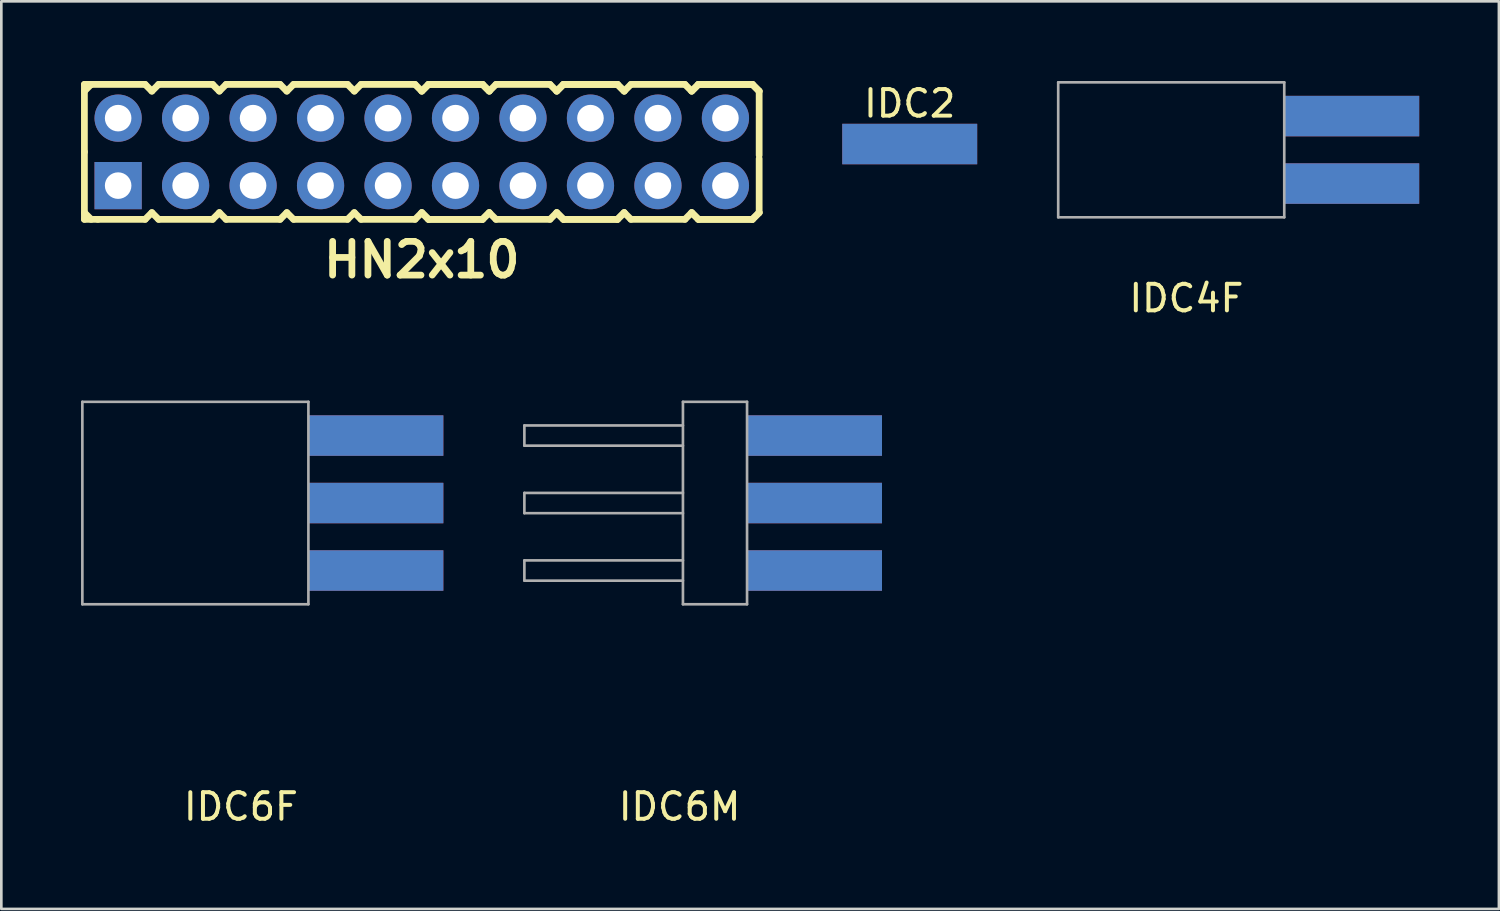
<source format=kicad_pcb>
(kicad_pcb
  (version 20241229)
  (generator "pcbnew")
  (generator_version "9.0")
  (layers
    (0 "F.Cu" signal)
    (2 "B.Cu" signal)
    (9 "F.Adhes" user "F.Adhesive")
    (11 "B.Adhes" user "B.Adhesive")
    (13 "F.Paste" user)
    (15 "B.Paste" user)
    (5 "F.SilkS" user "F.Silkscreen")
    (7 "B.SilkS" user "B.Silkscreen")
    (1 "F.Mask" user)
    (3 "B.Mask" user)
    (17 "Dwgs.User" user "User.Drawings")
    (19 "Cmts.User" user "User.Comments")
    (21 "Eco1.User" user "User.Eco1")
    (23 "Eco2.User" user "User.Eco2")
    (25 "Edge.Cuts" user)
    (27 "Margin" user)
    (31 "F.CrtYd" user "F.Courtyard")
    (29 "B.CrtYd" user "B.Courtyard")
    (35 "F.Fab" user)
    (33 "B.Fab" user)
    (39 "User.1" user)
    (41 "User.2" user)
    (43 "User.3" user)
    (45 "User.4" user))
  (footprint "IDC6F"
    (layer "F.Cu")
    (at 6.019 15.886)
    (property "Reference" "IDC6F" (at 0 11.43 0) (layer "F.SilkS") (effects (font (size 1 1) (thickness 0.15))))
    (attr smd)
    (fp_line (start -5.969 -3.81) (end -5.969 3.81) (stroke (width 0.1) (type solid)) (layer "F.Fab"))
    (fp_line (start -5.969 3.81) (end 2.54 3.81) (stroke (width 0.1) (type solid)) (layer "F.Fab"))
    (fp_line (start 2.54 -3.81) (end -5.969 -3.81) (stroke (width 0.1) (type solid)) (layer "F.Fab"))
    (fp_line (start 2.54 3.81) (end 2.54 -3.81) (stroke (width 0.1) (type solid)) (layer "F.Fab"))
    (pad "1" smd rect (at 5.08 -2.54) (size 5.08 1.524) (layers "F.Cu" "F.Mask"))
    (pad "2" smd rect (at 5.08 -2.54) (size 5.08 1.524) (layers "B.Cu" "B.Mask"))
    (pad "3" smd rect (at 5.08 0) (size 5.08 1.524) (layers "F.Cu" "F.Mask"))
    (pad "4" smd rect (at 5.08 0) (size 5.08 1.524) (layers "B.Cu" "B.Mask"))
    (pad "5" smd rect (at 5.08 2.54) (size 5.08 1.524) (layers "F.Cu" "F.Mask"))
    (pad "6" smd rect (at 5.08 2.54) (size 5.08 1.524) (layers "B.Cu" "B.Mask")))
  (footprint "IDC4F"
    (layer "F.Cu")
    (at 42.753 2.59)
    (property "Reference" "IDC4F" (at -1.143 5.588 0) (layer "F.SilkS") (effects (font (size 1 1) (thickness 0.15))))
    (attr smd)
    (fp_line (start -5.969 -2.54) (end -5.969 2.54) (stroke (width 0.1) (type solid)) (layer "F.Fab"))
    (fp_line (start -5.969 2.54) (end 2.54 2.54) (stroke (width 0.1) (type solid)) (layer "F.Fab"))
    (fp_line (start 2.54 -2.54) (end -5.969 -2.54) (stroke (width 0.1) (type solid)) (layer "F.Fab"))
    (fp_line (start 2.54 2.54) (end 2.54 -2.54) (stroke (width 0.1) (type solid)) (layer "F.Fab"))
    (pad "1" smd rect (at 5.08 -1.27) (size 5.08 1.524) (layers "F.Cu" "F.Mask"))
    (pad "2" smd rect (at 5.08 -1.27) (size 5.08 1.524) (layers "B.Cu" "B.Mask"))
    (pad "3" smd rect (at 5.08 1.27) (size 5.08 1.524) (layers "F.Cu" "F.Mask"))
    (pad "4" smd rect (at 5.08 1.27) (size 5.08 1.524) (layers "B.Cu" "B.Mask")))
  (footprint "IDC2"
    (layer "F.Cu")
    (at 31.194 2.372)
    (property "Reference" "IDC2" (at 0 -1.524 0) (layer "F.SilkS") (effects (font (size 1 1) (thickness 0.15))))
    (attr smd)
    (pad "1" smd rect (at 0 0) (size 5.08 1.524) (layers "F.Cu" "F.Mask"))
    (pad "2" smd rect (at 0 0) (size 5.08 1.524) (layers "B.Cu" "B.Mask")))
  (footprint "HN2x10"
    (layer "F.Cu")
    (at 12.827 2.667)
    (property "Reference" "HN2x10" (at 0 4.064 0) (layer "F.SilkS") (effects (font (size 1.27 1.27) (thickness 0.254))))
    (attr smd)
    (fp_line (start -12.7 -2.54) (end -12.7 0) (stroke (width 0.254) (type solid)) (layer "F.SilkS"))
    (fp_line (start -12.7 -2.54) (end -12.446 -2.54) (stroke (width 0.254) (type solid)) (layer "F.SilkS"))
    (fp_line (start -12.7 -2.286) (end -12.446 -2.54) (stroke (width 0.254) (type solid)) (layer "F.SilkS"))
    (fp_line (start -12.7 0) (end -12.7 2.54) (stroke (width 0.254) (type solid)) (layer "F.SilkS"))
    (fp_line (start -12.446 -2.54) (end -10.414 -2.54) (stroke (width 0.254) (type solid)) (layer "F.SilkS"))
    (fp_line (start -12.446 2.54) (end -12.7 2.286) (stroke (width 0.254) (type solid)) (layer "F.SilkS"))
    (fp_line (start -12.192 2.54) (end -12.7 2.54) (stroke (width 0.254) (type solid)) (layer "F.SilkS"))
    (fp_line (start -10.414 -2.54) (end -10.16 -2.286) (stroke (width 0.254) (type solid)) (layer "F.SilkS"))
    (fp_line (start -10.414 2.54) (end -12.192 2.54) (stroke (width 0.254) (type solid)) (layer "F.SilkS"))
    (fp_line (start -10.16 -2.286) (end -9.906 -2.54) (stroke (width 0.254) (type solid)) (layer "F.SilkS"))
    (fp_line (start -10.16 2.286) (end -10.414 2.54) (stroke (width 0.254) (type solid)) (layer "F.SilkS"))
    (fp_line (start -9.906 -2.54) (end -7.874 -2.54) (stroke (width 0.254) (type solid)) (layer "F.SilkS"))
    (fp_line (start -9.906 2.54) (end -10.16 2.286) (stroke (width 0.254) (type solid)) (layer "F.SilkS"))
    (fp_line (start -7.874 -2.54) (end -7.62 -2.286) (stroke (width 0.254) (type solid)) (layer "F.SilkS"))
    (fp_line (start -7.874 2.54) (end -9.906 2.54) (stroke (width 0.254) (type solid)) (layer "F.SilkS"))
    (fp_line (start -7.874 2.54) (end -7.62 2.286) (stroke (width 0.254) (type solid)) (layer "F.SilkS"))
    (fp_line (start -7.62 -2.286) (end -7.366 -2.54) (stroke (width 0.254) (type solid)) (layer "F.SilkS"))
    (fp_line (start -7.62 2.286) (end -7.366 2.54) (stroke (width 0.254) (type solid)) (layer "F.SilkS"))
    (fp_line (start -7.366 -2.54) (end -5.334 -2.54) (stroke (width 0.254) (type solid)) (layer "F.SilkS"))
    (fp_line (start -5.334 -2.54) (end -5.08 -2.286) (stroke (width 0.254) (type solid)) (layer "F.SilkS"))
    (fp_line (start -5.334 2.54) (end -7.366 2.54) (stroke (width 0.254) (type solid)) (layer "F.SilkS"))
    (fp_line (start -5.08 -2.286) (end -4.826 -2.54) (stroke (width 0.254) (type solid)) (layer "F.SilkS"))
    (fp_line (start -5.08 2.286) (end -5.334 2.54) (stroke (width 0.254) (type solid)) (layer "F.SilkS"))
    (fp_line (start -4.826 -2.54) (end -2.794 -2.54) (stroke (width 0.254) (type solid)) (layer "F.SilkS"))
    (fp_line (start -4.826 2.54) (end -5.08 2.286) (stroke (width 0.254) (type solid)) (layer "F.SilkS"))
    (fp_line (start -2.794 -2.54) (end -2.54 -2.286) (stroke (width 0.254) (type solid)) (layer "F.SilkS"))
    (fp_line (start -2.794 2.54) (end -4.826 2.54) (stroke (width 0.254) (type solid)) (layer "F.SilkS"))
    (fp_line (start -2.54 -2.286) (end -2.286 -2.54) (stroke (width 0.254) (type solid)) (layer "F.SilkS"))
    (fp_line (start -2.54 2.286) (end -2.794 2.54) (stroke (width 0.254) (type solid)) (layer "F.SilkS"))
    (fp_line (start -2.286 -2.54) (end -0.254 -2.54) (stroke (width 0.254) (type solid)) (layer "F.SilkS"))
    (fp_line (start -2.286 2.54) (end -2.54 2.286) (stroke (width 0.254) (type solid)) (layer "F.SilkS"))
    (fp_line (start -0.254 -2.54) (end 0 -2.286) (stroke (width 0.254) (type solid)) (layer "F.SilkS"))
    (fp_line (start -0.254 2.54) (end -2.286 2.54) (stroke (width 0.254) (type solid)) (layer "F.SilkS"))
    (fp_line (start 0 -2.286) (end 0.254 -2.54) (stroke (width 0.254) (type solid)) (layer "F.SilkS"))
    (fp_line (start 0 -2.286) (end 0.254 -2.54) (stroke (width 0.254) (type solid)) (layer "F.SilkS"))
    (fp_line (start 0 2.286) (end -0.254 2.54) (stroke (width 0.254) (type solid)) (layer "F.SilkS"))
    (fp_line (start 0.254 -2.54) (end 2.286 -2.54) (stroke (width 0.254) (type solid)) (layer "F.SilkS"))
    (fp_line (start 0.254 -2.54) (end 2.286 -2.54) (stroke (width 0.254) (type solid)) (layer "F.SilkS"))
    (fp_line (start 0.254 2.54) (end 0 2.286) (stroke (width 0.254) (type solid)) (layer "F.SilkS"))
    (fp_line (start 0.254 2.54) (end 0 2.286) (stroke (width 0.254) (type solid)) (layer "F.SilkS"))
    (fp_line (start 2.286 -2.54) (end 2.54 -2.286) (stroke (width 0.254) (type solid)) (layer "F.SilkS"))
    (fp_line (start 2.286 -2.54) (end 2.54 -2.286) (stroke (width 0.254) (type solid)) (layer "F.SilkS"))
    (fp_line (start 2.286 2.54) (end 0.254 2.54) (stroke (width 0.254) (type solid)) (layer "F.SilkS"))
    (fp_line (start 2.286 2.54) (end 0.254 2.54) (stroke (width 0.254) (type solid)) (layer "F.SilkS"))
    (fp_line (start 2.54 -2.286) (end 2.794 -2.54) (stroke (width 0.254) (type solid)) (layer "F.SilkS"))
    (fp_line (start 2.54 2.286) (end 2.286 2.54) (stroke (width 0.254) (type solid)) (layer "F.SilkS"))
    (fp_line (start 2.54 2.286) (end 2.286 2.54) (stroke (width 0.254) (type solid)) (layer "F.SilkS"))
    (fp_line (start 2.794 -2.54) (end 4.826 -2.54) (stroke (width 0.254) (type solid)) (layer "F.SilkS"))
    (fp_line (start 2.794 2.54) (end 2.54 2.286) (stroke (width 0.254) (type solid)) (layer "F.SilkS"))
    (fp_line (start 4.826 -2.54) (end 5.08 -2.286) (stroke (width 0.254) (type solid)) (layer "F.SilkS"))
    (fp_line (start 4.826 2.54) (end 2.794 2.54) (stroke (width 0.254) (type solid)) (layer "F.SilkS"))
    (fp_line (start 5.08 -2.286) (end 5.334 -2.54) (stroke (width 0.254) (type solid)) (layer "F.SilkS"))
    (fp_line (start 5.08 -2.286) (end 5.334 -2.54) (stroke (width 0.254) (type solid)) (layer "F.SilkS"))
    (fp_line (start 5.08 2.286) (end 4.826 2.54) (stroke (width 0.254) (type solid)) (layer "F.SilkS"))
    (fp_line (start 5.334 -2.54) (end 7.366 -2.54) (stroke (width 0.254) (type solid)) (layer "F.SilkS"))
    (fp_line (start 5.334 -2.54) (end 7.366 -2.54) (stroke (width 0.254) (type solid)) (layer "F.SilkS"))
    (fp_line (start 5.334 2.54) (end 5.08 2.286) (stroke (width 0.254) (type solid)) (layer "F.SilkS"))
    (fp_line (start 5.334 2.54) (end 5.08 2.286) (stroke (width 0.254) (type solid)) (layer "F.SilkS"))
    (fp_line (start 7.366 -2.54) (end 7.62 -2.286) (stroke (width 0.254) (type solid)) (layer "F.SilkS"))
    (fp_line (start 7.366 -2.54) (end 7.62 -2.286) (stroke (width 0.254) (type solid)) (layer "F.SilkS"))
    (fp_line (start 7.366 2.54) (end 5.334 2.54) (stroke (width 0.254) (type solid)) (layer "F.SilkS"))
    (fp_line (start 7.366 2.54) (end 5.334 2.54) (stroke (width 0.254) (type solid)) (layer "F.SilkS"))
    (fp_line (start 7.62 -2.286) (end 7.874 -2.54) (stroke (width 0.254) (type solid)) (layer "F.SilkS"))
    (fp_line (start 7.62 2.286) (end 7.366 2.54) (stroke (width 0.254) (type solid)) (layer "F.SilkS"))
    (fp_line (start 7.62 2.286) (end 7.366 2.54) (stroke (width 0.254) (type solid)) (layer "F.SilkS"))
    (fp_line (start 7.874 -2.54) (end 9.906 -2.54) (stroke (width 0.254) (type solid)) (layer "F.SilkS"))
    (fp_line (start 7.874 2.54) (end 7.62 2.286) (stroke (width 0.254) (type solid)) (layer "F.SilkS"))
    (fp_line (start 9.906 -2.54) (end 10.16 -2.286) (stroke (width 0.254) (type solid)) (layer "F.SilkS"))
    (fp_line (start 9.906 2.54) (end 7.874 2.54) (stroke (width 0.254) (type solid)) (layer "F.SilkS"))
    (fp_line (start 10.16 -2.286) (end 10.414 -2.54) (stroke (width 0.254) (type solid)) (layer "F.SilkS"))
    (fp_line (start 10.16 -2.286) (end 10.414 -2.54) (stroke (width 0.254) (type solid)) (layer "F.SilkS"))
    (fp_line (start 10.16 2.286) (end 9.906 2.54) (stroke (width 0.254) (type solid)) (layer "F.SilkS"))
    (fp_line (start 10.414 -2.54) (end 12.446 -2.54) (stroke (width 0.254) (type solid)) (layer "F.SilkS"))
    (fp_line (start 10.414 -2.54) (end 12.446 -2.54) (stroke (width 0.254) (type solid)) (layer "F.SilkS"))
    (fp_line (start 10.414 2.54) (end 10.16 2.286) (stroke (width 0.254) (type solid)) (layer "F.SilkS"))
    (fp_line (start 10.414 2.54) (end 10.16 2.286) (stroke (width 0.254) (type solid)) (layer "F.SilkS"))
    (fp_line (start 12.446 -2.54) (end 12.7 -2.286) (stroke (width 0.254) (type solid)) (layer "F.SilkS"))
    (fp_line (start 12.446 -2.54) (end 12.7 -2.286) (stroke (width 0.254) (type solid)) (layer "F.SilkS"))
    (fp_line (start 12.446 2.54) (end 10.414 2.54) (stroke (width 0.254) (type solid)) (layer "F.SilkS"))
    (fp_line (start 12.446 2.54) (end 10.414 2.54) (stroke (width 0.254) (type solid)) (layer "F.SilkS"))
    (fp_line (start 12.7 -2.286) (end 12.7 0.127) (stroke (width 0.254) (type solid)) (layer "F.SilkS"))
    (fp_line (start 12.7 0.254) (end 12.7 2.286) (stroke (width 0.254) (type solid)) (layer "F.SilkS"))
    (fp_line (start 12.7 2.286) (end 12.446 2.54) (stroke (width 0.254) (type solid)) (layer "F.SilkS"))
    (fp_line (start 12.7 2.286) (end 12.446 2.54) (stroke (width 0.254) (type solid)) (layer "F.SilkS"))
    (pad "1" thru_hole rect (at -11.43 1.27) (size 1.778 1.778) (drill 1) (layers "*.Cu" "*.Mask"))
    (pad "2" thru_hole circle (at -11.43 -1.27) (size 1.778 1.778) (drill 1) (layers "*.Cu" "*.Mask"))
    (pad "3" thru_hole circle (at -8.89 1.27) (size 1.778 1.778) (drill 1) (layers "*.Cu" "*.Mask"))
    (pad "4" thru_hole circle (at -8.89 -1.27) (size 1.778 1.778) (drill 1) (layers "*.Cu" "*.Mask"))
    (pad "5" thru_hole circle (at -6.35 1.27) (size 1.778 1.778) (drill 1) (layers "*.Cu" "*.Mask"))
    (pad "6" thru_hole circle (at -6.35 -1.27) (size 1.778 1.778) (drill 1) (layers "*.Cu" "*.Mask"))
    (pad "7" thru_hole circle (at -3.81 1.27) (size 1.778 1.778) (drill 1) (layers "*.Cu" "*.Mask"))
    (pad "8" thru_hole circle (at -3.81 -1.27) (size 1.778 1.778) (drill 1) (layers "*.Cu" "*.Mask"))
    (pad "9" thru_hole circle (at -1.27 1.27) (size 1.778 1.778) (drill 1) (layers "*.Cu" "*.Mask"))
    (pad "10" thru_hole circle (at -1.27 -1.27) (size 1.778 1.778) (drill 1) (layers "*.Cu" "*.Mask"))
    (pad "11" thru_hole circle (at 1.27 1.27) (size 1.778 1.778) (drill 1) (layers "*.Cu" "*.Mask"))
    (pad "12" thru_hole circle (at 1.27 -1.27) (size 1.778 1.778) (drill 1) (layers "*.Cu" "*.Mask"))
    (pad "13" thru_hole circle (at 3.81 1.27) (size 1.778 1.778) (drill 1) (layers "*.Cu" "*.Mask"))
    (pad "14" thru_hole circle (at 3.81 -1.27) (size 1.778 1.778) (drill 1) (layers "*.Cu" "*.Mask"))
    (pad "15" thru_hole circle (at 6.35 1.27) (size 1.778 1.778) (drill 1) (layers "*.Cu" "*.Mask"))
    (pad "16" thru_hole circle (at 6.35 -1.27) (size 1.778 1.778) (drill 1) (layers "*.Cu" "*.Mask"))
    (pad "17" thru_hole circle (at 8.89 1.27) (size 1.778 1.778) (drill 1) (layers "*.Cu" "*.Mask"))
    (pad "18" thru_hole circle (at 8.89 -1.27) (size 1.778 1.778) (drill 1) (layers "*.Cu" "*.Mask"))
    (pad "19" thru_hole circle (at 11.43 1.27) (size 1.778 1.778) (drill 1) (layers "*.Cu" "*.Mask"))
    (pad "20" thru_hole circle (at 11.43 -1.27) (size 1.778 1.778) (drill 1) (layers "*.Cu" "*.Mask")))
  (footprint "IDC6M"
    (layer "F.Cu")
    (at 22.531 15.886)
    (property "Reference" "IDC6M" (at 0 11.43 0) (layer "F.SilkS") (effects (font (size 1 1) (thickness 0.15))))
    (attr smd)
    (fp_line (start -5.842 -2.921) (end -5.842 -2.159) (stroke (width 0.1) (type solid)) (layer "F.Fab"))
    (fp_line (start -5.842 -2.159) (end 0.127 -2.159) (stroke (width 0.1) (type solid)) (layer "F.Fab"))
    (fp_line (start -5.842 -0.381) (end -5.842 0.381) (stroke (width 0.1) (type solid)) (layer "F.Fab"))
    (fp_line (start -5.842 0.381) (end 0.127 0.381) (stroke (width 0.1) (type solid)) (layer "F.Fab"))
    (fp_line (start -5.842 2.159) (end -5.842 2.921) (stroke (width 0.1) (type solid)) (layer "F.Fab"))
    (fp_line (start -5.842 2.921) (end 0.127 2.921) (stroke (width 0.1) (type solid)) (layer "F.Fab"))
    (fp_line (start 0.127 -3.81) (end 0.127 3.81) (stroke (width 0.1) (type solid)) (layer "F.Fab"))
    (fp_line (start 0.127 -2.921) (end -5.842 -2.921) (stroke (width 0.1) (type solid)) (layer "F.Fab"))
    (fp_line (start 0.127 -0.381) (end -5.842 -0.381) (stroke (width 0.1) (type solid)) (layer "F.Fab"))
    (fp_line (start 0.127 2.159) (end -5.842 2.159) (stroke (width 0.1) (type solid)) (layer "F.Fab"))
    (fp_line (start 0.127 3.81) (end 2.54 3.81) (stroke (width 0.1) (type solid)) (layer "F.Fab"))
    (fp_line (start 2.54 -3.81) (end 0.127 -3.81) (stroke (width 0.1) (type solid)) (layer "F.Fab"))
    (fp_line (start 2.54 3.81) (end 2.54 -3.81) (stroke (width 0.1) (type solid)) (layer "F.Fab"))
    (pad "1" smd rect (at 5.08 -2.54) (size 5.08 1.524) (layers "B.Cu" "B.Mask"))
    (pad "2" smd rect (at 5.08 -2.54) (size 5.08 1.524) (layers "F.Cu" "F.Mask"))
    (pad "3" smd rect (at 5.08 0) (size 5.08 1.524) (layers "B.Cu" "B.Mask"))
    (pad "4" smd rect (at 5.08 0) (size 5.08 1.524) (layers "F.Cu" "F.Mask"))
    (pad "5" smd rect (at 5.08 2.54) (size 5.08 1.524) (layers "B.Cu" "B.Mask"))
    (pad "6" smd rect (at 5.08 2.54) (size 5.08 1.524) (layers "F.Cu" "F.Mask")))
  (gr_rect
    (start -3 -3)
    (end 53.373 31.165)
    (stroke (width 0.1) (type default))
    (fill no)
    (layer "Edge.Cuts")))
</source>
